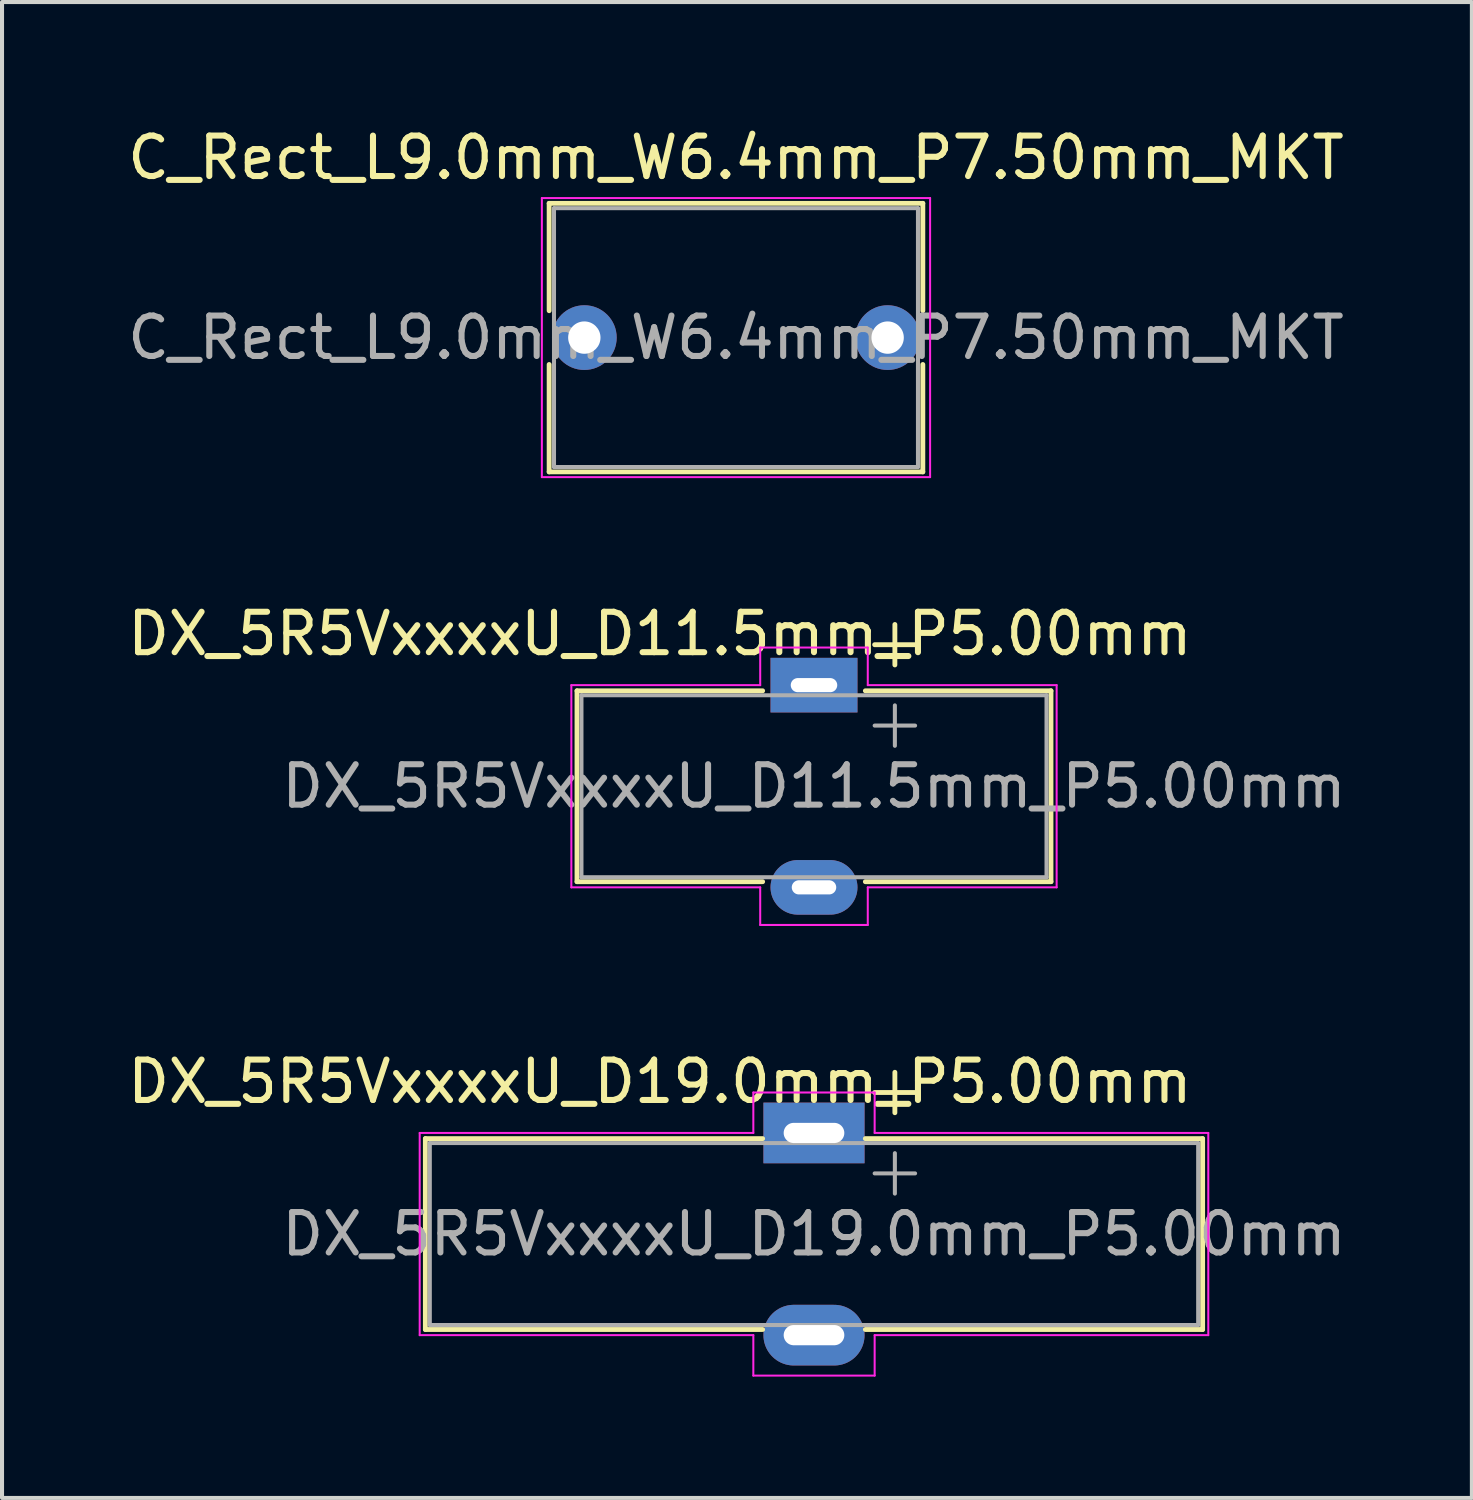
<source format=kicad_pcb>
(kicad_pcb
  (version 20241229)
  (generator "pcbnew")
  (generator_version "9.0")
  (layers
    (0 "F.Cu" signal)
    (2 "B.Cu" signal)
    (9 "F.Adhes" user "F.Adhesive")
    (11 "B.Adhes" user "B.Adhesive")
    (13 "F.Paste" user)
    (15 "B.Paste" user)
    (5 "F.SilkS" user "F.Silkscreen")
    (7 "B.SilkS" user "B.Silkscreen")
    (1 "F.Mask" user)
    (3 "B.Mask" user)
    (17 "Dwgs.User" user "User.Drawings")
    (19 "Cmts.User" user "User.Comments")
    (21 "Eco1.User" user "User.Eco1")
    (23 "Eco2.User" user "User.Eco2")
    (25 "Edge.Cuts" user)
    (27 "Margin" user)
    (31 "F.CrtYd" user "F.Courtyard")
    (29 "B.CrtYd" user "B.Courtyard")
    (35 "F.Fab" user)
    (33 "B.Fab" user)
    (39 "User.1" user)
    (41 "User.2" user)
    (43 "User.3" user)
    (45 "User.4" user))
  (footprint "DX_5R5VxxxxU_D19.0mm_P5.00mm"
    (layer "F.Cu")
    (at 17.078 24.965)
    (property "Reference" "DX_5R5VxxxxU_D19.0mm_P5.00mm" (at -3.81 -1.27 0) (layer "F.SilkS") (effects (font (size 1 1) (thickness 0.15))))
    (attr through_hole)
    (fp_line (start -9.61 0.14) (end -9.61 4.86) (stroke (width 0.12) (type solid)) (layer "F.SilkS"))
    (fp_line (start -9.61 0.14) (end -1.27 0.14) (stroke (width 0.12) (type solid)) (layer "F.SilkS"))
    (fp_line (start -1.27 4.86) (end -9.61 4.86) (stroke (width 0.12) (type solid)) (layer "F.SilkS"))
    (fp_line (start 1.27 0.14) (end 9.61 0.14) (stroke (width 0.12) (type solid)) (layer "F.SilkS"))
    (fp_line (start 1.5 -1) (end 2.5 -1) (stroke (width 0.12) (type solid)) (layer "F.SilkS"))
    (fp_line (start 2 -1.5) (end 2 -0.5) (stroke (width 0.12) (type solid)) (layer "F.SilkS"))
    (fp_line (start 9.61 0.14) (end 9.61 4.86) (stroke (width 0.12) (type solid)) (layer "F.SilkS"))
    (fp_line (start 9.61 4.86) (end 1.27 4.86) (stroke (width 0.12) (type solid)) (layer "F.SilkS"))
    (fp_line (start -9.75 0) (end -9.75 5) (stroke (width 0.05) (type solid)) (layer "F.CrtYd"))
    (fp_line (start -9.75 5) (end -1.5 5) (stroke (width 0.05) (type solid)) (layer "F.CrtYd"))
    (fp_line (start -1.5 -1) (end -1.5 0) (stroke (width 0.05) (type solid)) (layer "F.CrtYd"))
    (fp_line (start -1.5 0) (end -9.75 0) (stroke (width 0.05) (type solid)) (layer "F.CrtYd"))
    (fp_line (start -1.5 5) (end -1.5 6) (stroke (width 0.05) (type solid)) (layer "F.CrtYd"))
    (fp_line (start -1.5 6) (end 1.5 6) (stroke (width 0.05) (type solid)) (layer "F.CrtYd"))
    (fp_line (start 1.5 -1) (end -1.5 -1) (stroke (width 0.05) (type solid)) (layer "F.CrtYd"))
    (fp_line (start 1.5 0) (end 1.5 -1) (stroke (width 0.05) (type solid)) (layer "F.CrtYd"))
    (fp_line (start 1.5 0) (end 9.75 0) (stroke (width 0.05) (type solid)) (layer "F.CrtYd"))
    (fp_line (start 1.5 5) (end 1.5 6) (stroke (width 0.05) (type solid)) (layer "F.CrtYd"))
    (fp_line (start 9.75 0) (end 9.75 5) (stroke (width 0.05) (type solid)) (layer "F.CrtYd"))
    (fp_line (start 9.75 5) (end 1.5 5) (stroke (width 0.05) (type solid)) (layer "F.CrtYd"))
    (fp_line (start -9.5 0.25) (end -9.5 4.75) (stroke (width 0.1) (type solid)) (layer "F.Fab"))
    (fp_line (start -9.5 0.25) (end 9.5 0.25) (stroke (width 0.1) (type solid)) (layer "F.Fab"))
    (fp_line (start -9.5 4.75) (end 9.5 4.75) (stroke (width 0.1) (type solid)) (layer "F.Fab"))
    (fp_line (start 1.5 1) (end 2.5 1) (stroke (width 0.1) (type solid)) (layer "F.Fab"))
    (fp_line (start 2 0.5) (end 2 1.5) (stroke (width 0.1) (type solid)) (layer "F.Fab"))
    (fp_line (start 9.5 0.25) (end 9.5 4.75) (stroke (width 0.1) (type solid)) (layer "F.Fab"))
    (fp_text user "${REFERENCE}" (at 0 2.5 0) (layer "F.Fab") (effects (font (size 1 1) (thickness 0.15))))
    (pad "1" thru_hole rect (at 0 0) (size 2.5 1.5) (drill oval 1.5 0.5) (layers "*.Cu" "*.Mask"))
    (pad "2" thru_hole oval (at 0 5) (size 2.5 1.5) (drill oval 1.5 0.5) (layers "*.Cu" "*.Mask")))
  (footprint "C_Rect_L9.0mm_W6.4mm_P7.50mm_MKT"
    (layer "F.Cu")
    (at 11.399 5.298)
    (property "Reference" "C_Rect_L9.0mm_W6.4mm_P7.50mm_MKT" (at 3.75 -4.45 0) (layer "F.SilkS") (effects (font (size 1 1) (thickness 0.15))))
    (attr through_hole)
    (fp_line (start -0.87 -3.32) (end -0.87 -0.665) (stroke (width 0.12) (type solid)) (layer "F.SilkS"))
    (fp_line (start -0.87 -3.32) (end 8.37 -3.32) (stroke (width 0.12) (type solid)) (layer "F.SilkS"))
    (fp_line (start -0.87 0.665) (end -0.87 3.32) (stroke (width 0.12) (type solid)) (layer "F.SilkS"))
    (fp_line (start -0.87 3.32) (end 8.37 3.32) (stroke (width 0.12) (type solid)) (layer "F.SilkS"))
    (fp_line (start 8.37 -3.32) (end 8.37 -0.665) (stroke (width 0.12) (type solid)) (layer "F.SilkS"))
    (fp_line (start 8.37 0.665) (end 8.37 3.32) (stroke (width 0.12) (type solid)) (layer "F.SilkS"))
    (fp_line (start -1.05 -3.45) (end -1.05 3.45) (stroke (width 0.05) (type solid)) (layer "F.CrtYd"))
    (fp_line (start -1.05 3.45) (end 8.55 3.45) (stroke (width 0.05) (type solid)) (layer "F.CrtYd"))
    (fp_line (start 8.55 -3.45) (end -1.05 -3.45) (stroke (width 0.05) (type solid)) (layer "F.CrtYd"))
    (fp_line (start 8.55 3.45) (end 8.55 -3.45) (stroke (width 0.05) (type solid)) (layer "F.CrtYd"))
    (fp_line (start -0.75 -3.2) (end -0.75 3.2) (stroke (width 0.1) (type solid)) (layer "F.Fab"))
    (fp_line (start -0.75 3.2) (end 8.25 3.2) (stroke (width 0.1) (type solid)) (layer "F.Fab"))
    (fp_line (start 8.25 -3.2) (end -0.75 -3.2) (stroke (width 0.1) (type solid)) (layer "F.Fab"))
    (fp_line (start 8.25 3.2) (end 8.25 -3.2) (stroke (width 0.1) (type solid)) (layer "F.Fab"))
    (fp_text user "${REFERENCE}" (at 3.75 0 0) (layer "F.Fab") (effects (font (size 1 1) (thickness 0.15))))
    (pad "1" thru_hole circle (at 0 0) (size 1.6 1.6) (drill 0.8) (layers "*.Cu" "*.Mask"))
    (pad "2" thru_hole circle (at 7.5 0) (size 1.6 1.6) (drill 0.8) (layers "*.Cu" "*.Mask")))
  (footprint "DX_5R5VxxxxU_D11.5mm_P5.00mm"
    (layer "F.Cu")
    (at 17.078 13.892)
    (property "Reference" "DX_5R5VxxxxU_D11.5mm_P5.00mm" (at -3.81 -1.27 0) (layer "F.SilkS") (effects (font (size 1 1) (thickness 0.15))))
    (attr through_hole)
    (fp_line (start -5.86 0.14) (end -5.86 4.86) (stroke (width 0.12) (type solid)) (layer "F.SilkS"))
    (fp_line (start -5.86 0.14) (end -1.27 0.14) (stroke (width 0.12) (type solid)) (layer "F.SilkS"))
    (fp_line (start -1.27 4.86) (end -5.86 4.86) (stroke (width 0.12) (type solid)) (layer "F.SilkS"))
    (fp_line (start 1.27 0.14) (end 5.86 0.14) (stroke (width 0.12) (type solid)) (layer "F.SilkS"))
    (fp_line (start 1.5 -1) (end 2.5 -1) (stroke (width 0.12) (type solid)) (layer "F.SilkS"))
    (fp_line (start 2 -1.5) (end 2 -0.5) (stroke (width 0.12) (type solid)) (layer "F.SilkS"))
    (fp_line (start 5.86 0.14) (end 5.86 4.86) (stroke (width 0.12) (type solid)) (layer "F.SilkS"))
    (fp_line (start 5.86 4.86) (end 1.27 4.86) (stroke (width 0.12) (type solid)) (layer "F.SilkS"))
    (fp_line (start -6 0) (end -6 5) (stroke (width 0.05) (type solid)) (layer "F.CrtYd"))
    (fp_line (start -1.33 -0.93) (end -1.33 0) (stroke (width 0.05) (type solid)) (layer "F.CrtYd"))
    (fp_line (start -1.33 0) (end -6 0) (stroke (width 0.05) (type solid)) (layer "F.CrtYd"))
    (fp_line (start -1.33 5) (end -6 5) (stroke (width 0.05) (type solid)) (layer "F.CrtYd"))
    (fp_line (start -1.33 5) (end -1.33 5.93) (stroke (width 0.05) (type solid)) (layer "F.CrtYd"))
    (fp_line (start -1.33 5.93) (end 1.33 5.93) (stroke (width 0.05) (type solid)) (layer "F.CrtYd"))
    (fp_line (start 1.33 -0.93) (end -1.33 -0.93) (stroke (width 0.05) (type solid)) (layer "F.CrtYd"))
    (fp_line (start 1.33 0) (end 1.33 -0.93) (stroke (width 0.05) (type solid)) (layer "F.CrtYd"))
    (fp_line (start 1.33 0) (end 6 0) (stroke (width 0.05) (type solid)) (layer "F.CrtYd"))
    (fp_line (start 1.33 5) (end 1.33 5.93) (stroke (width 0.05) (type solid)) (layer "F.CrtYd"))
    (fp_line (start 6 0) (end 6 5) (stroke (width 0.05) (type solid)) (layer "F.CrtYd"))
    (fp_line (start 6 5) (end 1.33 5) (stroke (width 0.05) (type solid)) (layer "F.CrtYd"))
    (fp_line (start -5.75 0.25) (end -5.75 4.75) (stroke (width 0.1) (type solid)) (layer "F.Fab"))
    (fp_line (start -5.75 0.25) (end 5.75 0.25) (stroke (width 0.1) (type solid)) (layer "F.Fab"))
    (fp_line (start -5.75 4.75) (end 5.75 4.75) (stroke (width 0.1) (type solid)) (layer "F.Fab"))
    (fp_line (start 1.5 1) (end 2.5 1) (stroke (width 0.1) (type solid)) (layer "F.Fab"))
    (fp_line (start 2 0.5) (end 2 1.5) (stroke (width 0.1) (type solid)) (layer "F.Fab"))
    (fp_line (start 5.75 0.25) (end 5.75 4.75) (stroke (width 0.1) (type solid)) (layer "F.Fab"))
    (fp_text user "${REFERENCE}" (at 0 2.5 0) (layer "F.Fab") (effects (font (size 1 1) (thickness 0.15))))
    (pad "1" thru_hole rect (at 0 0) (size 2.15 1.35) (drill oval 1.15 0.35) (layers "*.Cu" "*.Mask"))
    (pad "2" thru_hole oval (at 0 5) (size 2.15 1.35) (drill oval 1.1 0.35) (layers "*.Cu" "*.Mask")))
  (gr_rect
    (start -3 -3)
    (end 33.346 33.99)
    (stroke (width 0.1) (type default))
    (fill no)
    (layer "Edge.Cuts")))
</source>
